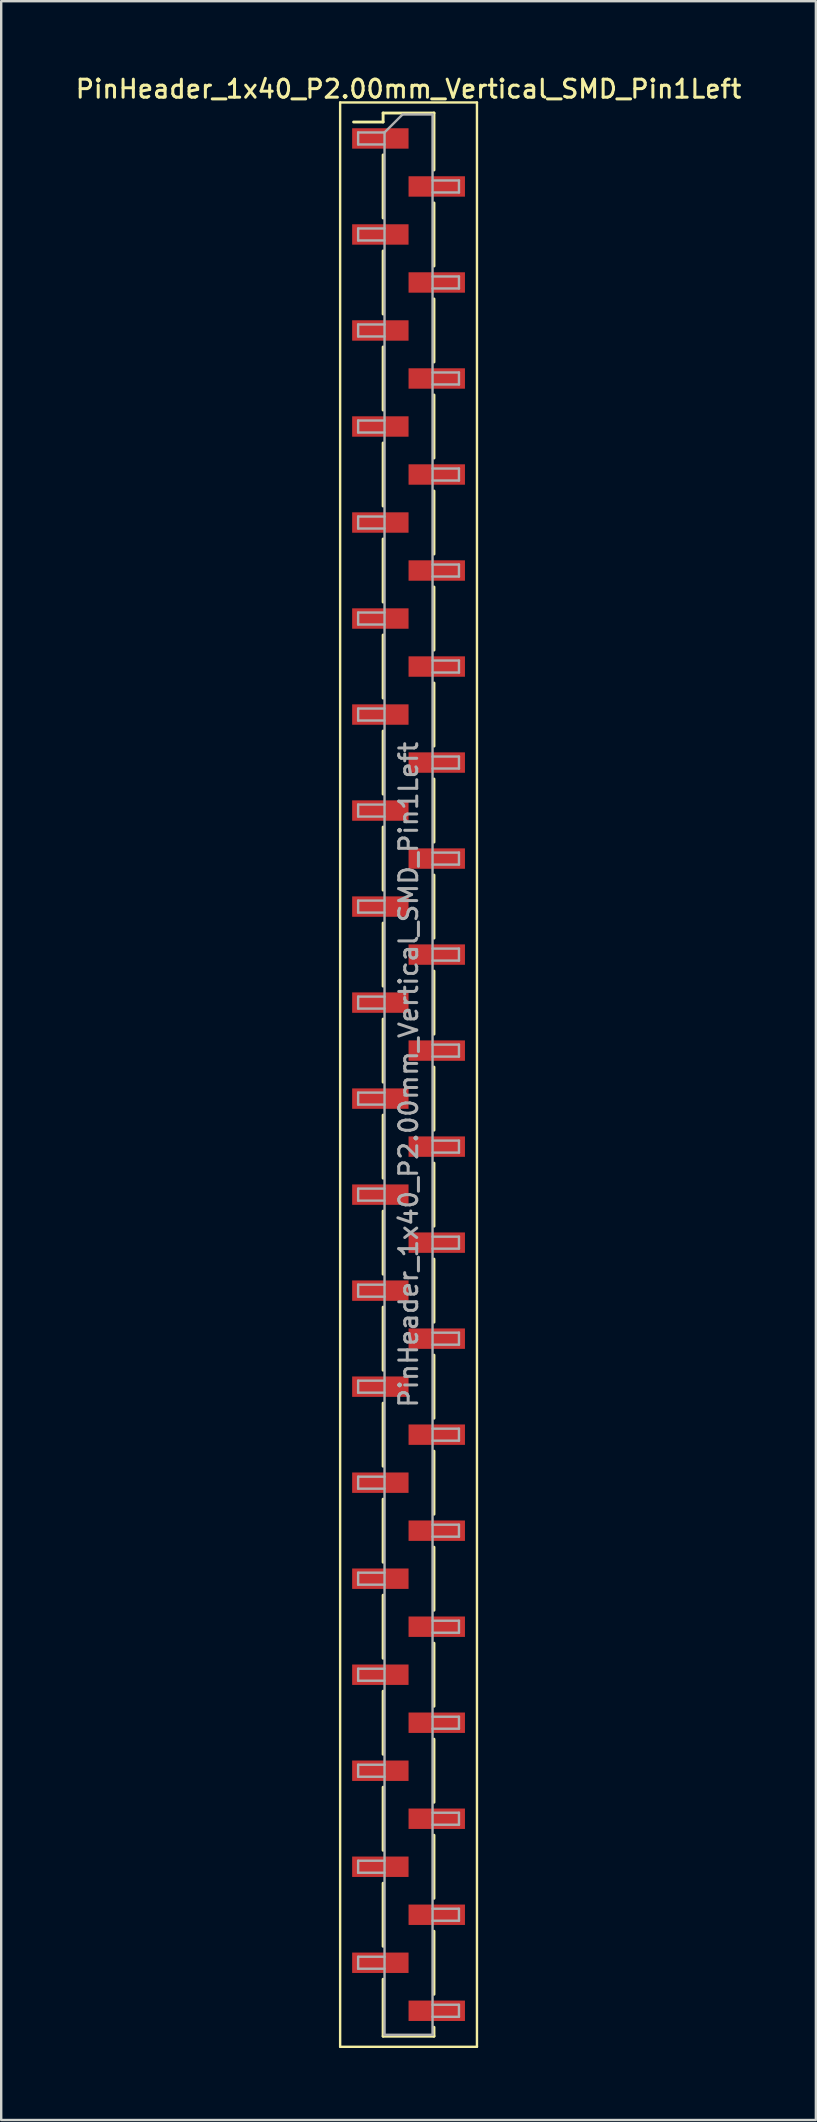
<source format=kicad_pcb>
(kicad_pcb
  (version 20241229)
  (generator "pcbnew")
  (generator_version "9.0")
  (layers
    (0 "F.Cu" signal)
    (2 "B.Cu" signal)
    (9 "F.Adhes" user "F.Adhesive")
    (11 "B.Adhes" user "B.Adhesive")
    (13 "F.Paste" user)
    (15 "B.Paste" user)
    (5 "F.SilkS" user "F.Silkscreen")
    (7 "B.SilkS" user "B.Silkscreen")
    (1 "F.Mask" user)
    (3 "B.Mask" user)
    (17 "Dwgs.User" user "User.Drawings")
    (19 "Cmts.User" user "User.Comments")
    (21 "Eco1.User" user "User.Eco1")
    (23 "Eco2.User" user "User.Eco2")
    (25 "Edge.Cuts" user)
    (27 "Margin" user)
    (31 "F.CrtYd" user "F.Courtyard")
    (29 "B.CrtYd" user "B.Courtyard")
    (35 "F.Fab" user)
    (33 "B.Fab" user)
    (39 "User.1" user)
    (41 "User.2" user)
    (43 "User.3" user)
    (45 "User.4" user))
  (footprint "PinHeader_1x40_P2.00mm_Vertical_SMD_Pin1Left"
    (layer "F.Cu")
    (at 13.97 41.718)
    (property "Reference" "PinHeader_1x40_P2.00mm_Vertical_SMD_Pin1Left" (at 0 -41.06 0) (layer "F.SilkS") (effects (font (size 0.75 0.75) (thickness 0.125))))
    (attr smd)
    (fp_line (start -2.85 -40.5) (end -2.85 40.5) (stroke (width 0.1) (type solid)) (layer "F.SilkS"))
    (fp_line (start -2.85 40.5) (end 2.85 40.5) (stroke (width 0.1) (type solid)) (layer "F.SilkS"))
    (fp_line (start -1.06 -40.06) (end -1.06 -39.685) (stroke (width 0.12) (type solid)) (layer "F.SilkS"))
    (fp_line (start -1.06 -40.06) (end 1.06 -40.06) (stroke (width 0.12) (type solid)) (layer "F.SilkS"))
    (fp_line (start -1.06 -39.685) (end -2.29 -39.685) (stroke (width 0.12) (type solid)) (layer "F.SilkS"))
    (fp_line (start -1.06 -38.315) (end -1.06 -35.685) (stroke (width 0.12) (type solid)) (layer "F.SilkS"))
    (fp_line (start -1.06 -34.315) (end -1.06 -31.685) (stroke (width 0.12) (type solid)) (layer "F.SilkS"))
    (fp_line (start -1.06 -30.315) (end -1.06 -27.685) (stroke (width 0.12) (type solid)) (layer "F.SilkS"))
    (fp_line (start -1.06 -26.315) (end -1.06 -23.685) (stroke (width 0.12) (type solid)) (layer "F.SilkS"))
    (fp_line (start -1.06 -22.315) (end -1.06 -19.685) (stroke (width 0.12) (type solid)) (layer "F.SilkS"))
    (fp_line (start -1.06 -18.315) (end -1.06 -15.685) (stroke (width 0.12) (type solid)) (layer "F.SilkS"))
    (fp_line (start -1.06 -14.315) (end -1.06 -11.685) (stroke (width 0.12) (type solid)) (layer "F.SilkS"))
    (fp_line (start -1.06 -10.315) (end -1.06 -7.685) (stroke (width 0.12) (type solid)) (layer "F.SilkS"))
    (fp_line (start -1.06 -6.315) (end -1.06 -3.685) (stroke (width 0.12) (type solid)) (layer "F.SilkS"))
    (fp_line (start -1.06 -2.315) (end -1.06 0.315) (stroke (width 0.12) (type solid)) (layer "F.SilkS"))
    (fp_line (start -1.06 1.685) (end -1.06 4.315) (stroke (width 0.12) (type solid)) (layer "F.SilkS"))
    (fp_line (start -1.06 5.685) (end -1.06 8.315) (stroke (width 0.12) (type solid)) (layer "F.SilkS"))
    (fp_line (start -1.06 9.685) (end -1.06 12.315) (stroke (width 0.12) (type solid)) (layer "F.SilkS"))
    (fp_line (start -1.06 13.685) (end -1.06 16.315) (stroke (width 0.12) (type solid)) (layer "F.SilkS"))
    (fp_line (start -1.06 17.685) (end -1.06 20.315) (stroke (width 0.12) (type solid)) (layer "F.SilkS"))
    (fp_line (start -1.06 21.685) (end -1.06 24.315) (stroke (width 0.12) (type solid)) (layer "F.SilkS"))
    (fp_line (start -1.06 25.685) (end -1.06 28.315) (stroke (width 0.12) (type solid)) (layer "F.SilkS"))
    (fp_line (start -1.06 29.685) (end -1.06 32.315) (stroke (width 0.12) (type solid)) (layer "F.SilkS"))
    (fp_line (start -1.06 33.685) (end -1.06 36.315) (stroke (width 0.12) (type solid)) (layer "F.SilkS"))
    (fp_line (start -1.06 37.685) (end -1.06 40.06) (stroke (width 0.12) (type solid)) (layer "F.SilkS"))
    (fp_line (start -1.06 40.06) (end 1.06 40.06) (stroke (width 0.12) (type solid)) (layer "F.SilkS"))
    (fp_line (start 1.06 -40.06) (end 1.06 -37.685) (stroke (width 0.12) (type solid)) (layer "F.SilkS"))
    (fp_line (start 1.06 -36.315) (end 1.06 -33.685) (stroke (width 0.12) (type solid)) (layer "F.SilkS"))
    (fp_line (start 1.06 -32.315) (end 1.06 -29.685) (stroke (width 0.12) (type solid)) (layer "F.SilkS"))
    (fp_line (start 1.06 -28.315) (end 1.06 -25.685) (stroke (width 0.12) (type solid)) (layer "F.SilkS"))
    (fp_line (start 1.06 -24.315) (end 1.06 -21.685) (stroke (width 0.12) (type solid)) (layer "F.SilkS"))
    (fp_line (start 1.06 -20.315) (end 1.06 -17.685) (stroke (width 0.12) (type solid)) (layer "F.SilkS"))
    (fp_line (start 1.06 -16.315) (end 1.06 -13.685) (stroke (width 0.12) (type solid)) (layer "F.SilkS"))
    (fp_line (start 1.06 -12.315) (end 1.06 -9.685) (stroke (width 0.12) (type solid)) (layer "F.SilkS"))
    (fp_line (start 1.06 -8.315) (end 1.06 -5.685) (stroke (width 0.12) (type solid)) (layer "F.SilkS"))
    (fp_line (start 1.06 -4.315) (end 1.06 -1.685) (stroke (width 0.12) (type solid)) (layer "F.SilkS"))
    (fp_line (start 1.06 -0.315) (end 1.06 2.315) (stroke (width 0.12) (type solid)) (layer "F.SilkS"))
    (fp_line (start 1.06 3.685) (end 1.06 6.315) (stroke (width 0.12) (type solid)) (layer "F.SilkS"))
    (fp_line (start 1.06 7.685) (end 1.06 10.315) (stroke (width 0.12) (type solid)) (layer "F.SilkS"))
    (fp_line (start 1.06 11.685) (end 1.06 14.315) (stroke (width 0.12) (type solid)) (layer "F.SilkS"))
    (fp_line (start 1.06 15.685) (end 1.06 18.315) (stroke (width 0.12) (type solid)) (layer "F.SilkS"))
    (fp_line (start 1.06 19.685) (end 1.06 22.315) (stroke (width 0.12) (type solid)) (layer "F.SilkS"))
    (fp_line (start 1.06 23.685) (end 1.06 26.315) (stroke (width 0.12) (type solid)) (layer "F.SilkS"))
    (fp_line (start 1.06 27.685) (end 1.06 30.315) (stroke (width 0.12) (type solid)) (layer "F.SilkS"))
    (fp_line (start 1.06 31.685) (end 1.06 34.315) (stroke (width 0.12) (type solid)) (layer "F.SilkS"))
    (fp_line (start 1.06 35.685) (end 1.06 38.315) (stroke (width 0.12) (type solid)) (layer "F.SilkS"))
    (fp_line (start 1.06 39.685) (end 1.06 40.06) (stroke (width 0.12) (type solid)) (layer "F.SilkS"))
    (fp_line (start 2.85 -40.5) (end -2.85 -40.5) (stroke (width 0.1) (type solid)) (layer "F.SilkS"))
    (fp_line (start 2.85 40.5) (end 2.85 -40.5) (stroke (width 0.1) (type solid)) (layer "F.SilkS"))
    (fp_line (start -2.1 -39.25) (end -2.1 -38.75) (stroke (width 0.1) (type solid)) (layer "F.Fab"))
    (fp_line (start -2.1 -38.75) (end -1 -38.75) (stroke (width 0.1) (type solid)) (layer "F.Fab"))
    (fp_line (start -2.1 -35.25) (end -2.1 -34.75) (stroke (width 0.1) (type solid)) (layer "F.Fab"))
    (fp_line (start -2.1 -34.75) (end -1 -34.75) (stroke (width 0.1) (type solid)) (layer "F.Fab"))
    (fp_line (start -2.1 -31.25) (end -2.1 -30.75) (stroke (width 0.1) (type solid)) (layer "F.Fab"))
    (fp_line (start -2.1 -30.75) (end -1 -30.75) (stroke (width 0.1) (type solid)) (layer "F.Fab"))
    (fp_line (start -2.1 -27.25) (end -2.1 -26.75) (stroke (width 0.1) (type solid)) (layer "F.Fab"))
    (fp_line (start -2.1 -26.75) (end -1 -26.75) (stroke (width 0.1) (type solid)) (layer "F.Fab"))
    (fp_line (start -2.1 -23.25) (end -2.1 -22.75) (stroke (width 0.1) (type solid)) (layer "F.Fab"))
    (fp_line (start -2.1 -22.75) (end -1 -22.75) (stroke (width 0.1) (type solid)) (layer "F.Fab"))
    (fp_line (start -2.1 -19.25) (end -2.1 -18.75) (stroke (width 0.1) (type solid)) (layer "F.Fab"))
    (fp_line (start -2.1 -18.75) (end -1 -18.75) (stroke (width 0.1) (type solid)) (layer "F.Fab"))
    (fp_line (start -2.1 -15.25) (end -2.1 -14.75) (stroke (width 0.1) (type solid)) (layer "F.Fab"))
    (fp_line (start -2.1 -14.75) (end -1 -14.75) (stroke (width 0.1) (type solid)) (layer "F.Fab"))
    (fp_line (start -2.1 -11.25) (end -2.1 -10.75) (stroke (width 0.1) (type solid)) (layer "F.Fab"))
    (fp_line (start -2.1 -10.75) (end -1 -10.75) (stroke (width 0.1) (type solid)) (layer "F.Fab"))
    (fp_line (start -2.1 -7.25) (end -2.1 -6.75) (stroke (width 0.1) (type solid)) (layer "F.Fab"))
    (fp_line (start -2.1 -6.75) (end -1 -6.75) (stroke (width 0.1) (type solid)) (layer "F.Fab"))
    (fp_line (start -2.1 -3.25) (end -2.1 -2.75) (stroke (width 0.1) (type solid)) (layer "F.Fab"))
    (fp_line (start -2.1 -2.75) (end -1 -2.75) (stroke (width 0.1) (type solid)) (layer "F.Fab"))
    (fp_line (start -2.1 0.75) (end -2.1 1.25) (stroke (width 0.1) (type solid)) (layer "F.Fab"))
    (fp_line (start -2.1 1.25) (end -1 1.25) (stroke (width 0.1) (type solid)) (layer "F.Fab"))
    (fp_line (start -2.1 4.75) (end -2.1 5.25) (stroke (width 0.1) (type solid)) (layer "F.Fab"))
    (fp_line (start -2.1 5.25) (end -1 5.25) (stroke (width 0.1) (type solid)) (layer "F.Fab"))
    (fp_line (start -2.1 8.75) (end -2.1 9.25) (stroke (width 0.1) (type solid)) (layer "F.Fab"))
    (fp_line (start -2.1 9.25) (end -1 9.25) (stroke (width 0.1) (type solid)) (layer "F.Fab"))
    (fp_line (start -2.1 12.75) (end -2.1 13.25) (stroke (width 0.1) (type solid)) (layer "F.Fab"))
    (fp_line (start -2.1 13.25) (end -1 13.25) (stroke (width 0.1) (type solid)) (layer "F.Fab"))
    (fp_line (start -2.1 16.75) (end -2.1 17.25) (stroke (width 0.1) (type solid)) (layer "F.Fab"))
    (fp_line (start -2.1 17.25) (end -1 17.25) (stroke (width 0.1) (type solid)) (layer "F.Fab"))
    (fp_line (start -2.1 20.75) (end -2.1 21.25) (stroke (width 0.1) (type solid)) (layer "F.Fab"))
    (fp_line (start -2.1 21.25) (end -1 21.25) (stroke (width 0.1) (type solid)) (layer "F.Fab"))
    (fp_line (start -2.1 24.75) (end -2.1 25.25) (stroke (width 0.1) (type solid)) (layer "F.Fab"))
    (fp_line (start -2.1 25.25) (end -1 25.25) (stroke (width 0.1) (type solid)) (layer "F.Fab"))
    (fp_line (start -2.1 28.75) (end -2.1 29.25) (stroke (width 0.1) (type solid)) (layer "F.Fab"))
    (fp_line (start -2.1 29.25) (end -1 29.25) (stroke (width 0.1) (type solid)) (layer "F.Fab"))
    (fp_line (start -2.1 32.75) (end -2.1 33.25) (stroke (width 0.1) (type solid)) (layer "F.Fab"))
    (fp_line (start -2.1 33.25) (end -1 33.25) (stroke (width 0.1) (type solid)) (layer "F.Fab"))
    (fp_line (start -2.1 36.75) (end -2.1 37.25) (stroke (width 0.1) (type solid)) (layer "F.Fab"))
    (fp_line (start -2.1 37.25) (end -1 37.25) (stroke (width 0.1) (type solid)) (layer "F.Fab"))
    (fp_line (start -1 -39.25) (end -2.1 -39.25) (stroke (width 0.1) (type solid)) (layer "F.Fab"))
    (fp_line (start -1 -39.25) (end -0.25 -40) (stroke (width 0.1) (type solid)) (layer "F.Fab"))
    (fp_line (start -1 -35.25) (end -2.1 -35.25) (stroke (width 0.1) (type solid)) (layer "F.Fab"))
    (fp_line (start -1 -31.25) (end -2.1 -31.25) (stroke (width 0.1) (type solid)) (layer "F.Fab"))
    (fp_line (start -1 -27.25) (end -2.1 -27.25) (stroke (width 0.1) (type solid)) (layer "F.Fab"))
    (fp_line (start -1 -23.25) (end -2.1 -23.25) (stroke (width 0.1) (type solid)) (layer "F.Fab"))
    (fp_line (start -1 -19.25) (end -2.1 -19.25) (stroke (width 0.1) (type solid)) (layer "F.Fab"))
    (fp_line (start -1 -15.25) (end -2.1 -15.25) (stroke (width 0.1) (type solid)) (layer "F.Fab"))
    (fp_line (start -1 -11.25) (end -2.1 -11.25) (stroke (width 0.1) (type solid)) (layer "F.Fab"))
    (fp_line (start -1 -7.25) (end -2.1 -7.25) (stroke (width 0.1) (type solid)) (layer "F.Fab"))
    (fp_line (start -1 -3.25) (end -2.1 -3.25) (stroke (width 0.1) (type solid)) (layer "F.Fab"))
    (fp_line (start -1 0.75) (end -2.1 0.75) (stroke (width 0.1) (type solid)) (layer "F.Fab"))
    (fp_line (start -1 4.75) (end -2.1 4.75) (stroke (width 0.1) (type solid)) (layer "F.Fab"))
    (fp_line (start -1 8.75) (end -2.1 8.75) (stroke (width 0.1) (type solid)) (layer "F.Fab"))
    (fp_line (start -1 12.75) (end -2.1 12.75) (stroke (width 0.1) (type solid)) (layer "F.Fab"))
    (fp_line (start -1 16.75) (end -2.1 16.75) (stroke (width 0.1) (type solid)) (layer "F.Fab"))
    (fp_line (start -1 20.75) (end -2.1 20.75) (stroke (width 0.1) (type solid)) (layer "F.Fab"))
    (fp_line (start -1 24.75) (end -2.1 24.75) (stroke (width 0.1) (type solid)) (layer "F.Fab"))
    (fp_line (start -1 28.75) (end -2.1 28.75) (stroke (width 0.1) (type solid)) (layer "F.Fab"))
    (fp_line (start -1 32.75) (end -2.1 32.75) (stroke (width 0.1) (type solid)) (layer "F.Fab"))
    (fp_line (start -1 36.75) (end -2.1 36.75) (stroke (width 0.1) (type solid)) (layer "F.Fab"))
    (fp_line (start -1 40) (end -1 -39.25) (stroke (width 0.1) (type solid)) (layer "F.Fab"))
    (fp_line (start -0.25 -40) (end 1 -40) (stroke (width 0.1) (type solid)) (layer "F.Fab"))
    (fp_line (start 1 -40) (end 1 40) (stroke (width 0.1) (type solid)) (layer "F.Fab"))
    (fp_line (start 1 -37.25) (end 2.1 -37.25) (stroke (width 0.1) (type solid)) (layer "F.Fab"))
    (fp_line (start 1 -33.25) (end 2.1 -33.25) (stroke (width 0.1) (type solid)) (layer "F.Fab"))
    (fp_line (start 1 -29.25) (end 2.1 -29.25) (stroke (width 0.1) (type solid)) (layer "F.Fab"))
    (fp_line (start 1 -25.25) (end 2.1 -25.25) (stroke (width 0.1) (type solid)) (layer "F.Fab"))
    (fp_line (start 1 -21.25) (end 2.1 -21.25) (stroke (width 0.1) (type solid)) (layer "F.Fab"))
    (fp_line (start 1 -17.25) (end 2.1 -17.25) (stroke (width 0.1) (type solid)) (layer "F.Fab"))
    (fp_line (start 1 -13.25) (end 2.1 -13.25) (stroke (width 0.1) (type solid)) (layer "F.Fab"))
    (fp_line (start 1 -9.25) (end 2.1 -9.25) (stroke (width 0.1) (type solid)) (layer "F.Fab"))
    (fp_line (start 1 -5.25) (end 2.1 -5.25) (stroke (width 0.1) (type solid)) (layer "F.Fab"))
    (fp_line (start 1 -1.25) (end 2.1 -1.25) (stroke (width 0.1) (type solid)) (layer "F.Fab"))
    (fp_line (start 1 2.75) (end 2.1 2.75) (stroke (width 0.1) (type solid)) (layer "F.Fab"))
    (fp_line (start 1 6.75) (end 2.1 6.75) (stroke (width 0.1) (type solid)) (layer "F.Fab"))
    (fp_line (start 1 10.75) (end 2.1 10.75) (stroke (width 0.1) (type solid)) (layer "F.Fab"))
    (fp_line (start 1 14.75) (end 2.1 14.75) (stroke (width 0.1) (type solid)) (layer "F.Fab"))
    (fp_line (start 1 18.75) (end 2.1 18.75) (stroke (width 0.1) (type solid)) (layer "F.Fab"))
    (fp_line (start 1 22.75) (end 2.1 22.75) (stroke (width 0.1) (type solid)) (layer "F.Fab"))
    (fp_line (start 1 26.75) (end 2.1 26.75) (stroke (width 0.1) (type solid)) (layer "F.Fab"))
    (fp_line (start 1 30.75) (end 2.1 30.75) (stroke (width 0.1) (type solid)) (layer "F.Fab"))
    (fp_line (start 1 34.75) (end 2.1 34.75) (stroke (width 0.1) (type solid)) (layer "F.Fab"))
    (fp_line (start 1 38.75) (end 2.1 38.75) (stroke (width 0.1) (type solid)) (layer "F.Fab"))
    (fp_line (start 1 40) (end -1 40) (stroke (width 0.1) (type solid)) (layer "F.Fab"))
    (fp_line (start 2.1 -37.25) (end 2.1 -36.75) (stroke (width 0.1) (type solid)) (layer "F.Fab"))
    (fp_line (start 2.1 -36.75) (end 1 -36.75) (stroke (width 0.1) (type solid)) (layer "F.Fab"))
    (fp_line (start 2.1 -33.25) (end 2.1 -32.75) (stroke (width 0.1) (type solid)) (layer "F.Fab"))
    (fp_line (start 2.1 -32.75) (end 1 -32.75) (stroke (width 0.1) (type solid)) (layer "F.Fab"))
    (fp_line (start 2.1 -29.25) (end 2.1 -28.75) (stroke (width 0.1) (type solid)) (layer "F.Fab"))
    (fp_line (start 2.1 -28.75) (end 1 -28.75) (stroke (width 0.1) (type solid)) (layer "F.Fab"))
    (fp_line (start 2.1 -25.25) (end 2.1 -24.75) (stroke (width 0.1) (type solid)) (layer "F.Fab"))
    (fp_line (start 2.1 -24.75) (end 1 -24.75) (stroke (width 0.1) (type solid)) (layer "F.Fab"))
    (fp_line (start 2.1 -21.25) (end 2.1 -20.75) (stroke (width 0.1) (type solid)) (layer "F.Fab"))
    (fp_line (start 2.1 -20.75) (end 1 -20.75) (stroke (width 0.1) (type solid)) (layer "F.Fab"))
    (fp_line (start 2.1 -17.25) (end 2.1 -16.75) (stroke (width 0.1) (type solid)) (layer "F.Fab"))
    (fp_line (start 2.1 -16.75) (end 1 -16.75) (stroke (width 0.1) (type solid)) (layer "F.Fab"))
    (fp_line (start 2.1 -13.25) (end 2.1 -12.75) (stroke (width 0.1) (type solid)) (layer "F.Fab"))
    (fp_line (start 2.1 -12.75) (end 1 -12.75) (stroke (width 0.1) (type solid)) (layer "F.Fab"))
    (fp_line (start 2.1 -9.25) (end 2.1 -8.75) (stroke (width 0.1) (type solid)) (layer "F.Fab"))
    (fp_line (start 2.1 -8.75) (end 1 -8.75) (stroke (width 0.1) (type solid)) (layer "F.Fab"))
    (fp_line (start 2.1 -5.25) (end 2.1 -4.75) (stroke (width 0.1) (type solid)) (layer "F.Fab"))
    (fp_line (start 2.1 -4.75) (end 1 -4.75) (stroke (width 0.1) (type solid)) (layer "F.Fab"))
    (fp_line (start 2.1 -1.25) (end 2.1 -0.75) (stroke (width 0.1) (type solid)) (layer "F.Fab"))
    (fp_line (start 2.1 -0.75) (end 1 -0.75) (stroke (width 0.1) (type solid)) (layer "F.Fab"))
    (fp_line (start 2.1 2.75) (end 2.1 3.25) (stroke (width 0.1) (type solid)) (layer "F.Fab"))
    (fp_line (start 2.1 3.25) (end 1 3.25) (stroke (width 0.1) (type solid)) (layer "F.Fab"))
    (fp_line (start 2.1 6.75) (end 2.1 7.25) (stroke (width 0.1) (type solid)) (layer "F.Fab"))
    (fp_line (start 2.1 7.25) (end 1 7.25) (stroke (width 0.1) (type solid)) (layer "F.Fab"))
    (fp_line (start 2.1 10.75) (end 2.1 11.25) (stroke (width 0.1) (type solid)) (layer "F.Fab"))
    (fp_line (start 2.1 11.25) (end 1 11.25) (stroke (width 0.1) (type solid)) (layer "F.Fab"))
    (fp_line (start 2.1 14.75) (end 2.1 15.25) (stroke (width 0.1) (type solid)) (layer "F.Fab"))
    (fp_line (start 2.1 15.25) (end 1 15.25) (stroke (width 0.1) (type solid)) (layer "F.Fab"))
    (fp_line (start 2.1 18.75) (end 2.1 19.25) (stroke (width 0.1) (type solid)) (layer "F.Fab"))
    (fp_line (start 2.1 19.25) (end 1 19.25) (stroke (width 0.1) (type solid)) (layer "F.Fab"))
    (fp_line (start 2.1 22.75) (end 2.1 23.25) (stroke (width 0.1) (type solid)) (layer "F.Fab"))
    (fp_line (start 2.1 23.25) (end 1 23.25) (stroke (width 0.1) (type solid)) (layer "F.Fab"))
    (fp_line (start 2.1 26.75) (end 2.1 27.25) (stroke (width 0.1) (type solid)) (layer "F.Fab"))
    (fp_line (start 2.1 27.25) (end 1 27.25) (stroke (width 0.1) (type solid)) (layer "F.Fab"))
    (fp_line (start 2.1 30.75) (end 2.1 31.25) (stroke (width 0.1) (type solid)) (layer "F.Fab"))
    (fp_line (start 2.1 31.25) (end 1 31.25) (stroke (width 0.1) (type solid)) (layer "F.Fab"))
    (fp_line (start 2.1 34.75) (end 2.1 35.25) (stroke (width 0.1) (type solid)) (layer "F.Fab"))
    (fp_line (start 2.1 35.25) (end 1 35.25) (stroke (width 0.1) (type solid)) (layer "F.Fab"))
    (fp_line (start 2.1 38.75) (end 2.1 39.25) (stroke (width 0.1) (type solid)) (layer "F.Fab"))
    (fp_line (start 2.1 39.25) (end 1 39.25) (stroke (width 0.1) (type solid)) (layer "F.Fab"))
    (fp_text user "${REFERENCE}" (at 0 0 90) (layer "F.Fab") (effects (font (size 0.75 0.75) (thickness 0.125))))
    (pad "1" smd rect (at -1.175 -39) (size 2.35 0.85) (layers "F.Cu" "F.Mask" "F.Paste"))
    (pad "2" smd rect (at 1.175 -37) (size 2.35 0.85) (layers "F.Cu" "F.Mask" "F.Paste"))
    (pad "3" smd rect (at -1.175 -35) (size 2.35 0.85) (layers "F.Cu" "F.Mask" "F.Paste"))
    (pad "4" smd rect (at 1.175 -33) (size 2.35 0.85) (layers "F.Cu" "F.Mask" "F.Paste"))
    (pad "5" smd rect (at -1.175 -31) (size 2.35 0.85) (layers "F.Cu" "F.Mask" "F.Paste"))
    (pad "6" smd rect (at 1.175 -29) (size 2.35 0.85) (layers "F.Cu" "F.Mask" "F.Paste"))
    (pad "7" smd rect (at -1.175 -27) (size 2.35 0.85) (layers "F.Cu" "F.Mask" "F.Paste"))
    (pad "8" smd rect (at 1.175 -25) (size 2.35 0.85) (layers "F.Cu" "F.Mask" "F.Paste"))
    (pad "9" smd rect (at -1.175 -23) (size 2.35 0.85) (layers "F.Cu" "F.Mask" "F.Paste"))
    (pad "10" smd rect (at 1.175 -21) (size 2.35 0.85) (layers "F.Cu" "F.Mask" "F.Paste"))
    (pad "11" smd rect (at -1.175 -19) (size 2.35 0.85) (layers "F.Cu" "F.Mask" "F.Paste"))
    (pad "12" smd rect (at 1.175 -17) (size 2.35 0.85) (layers "F.Cu" "F.Mask" "F.Paste"))
    (pad "13" smd rect (at -1.175 -15) (size 2.35 0.85) (layers "F.Cu" "F.Mask" "F.Paste"))
    (pad "14" smd rect (at 1.175 -13) (size 2.35 0.85) (layers "F.Cu" "F.Mask" "F.Paste"))
    (pad "15" smd rect (at -1.175 -11) (size 2.35 0.85) (layers "F.Cu" "F.Mask" "F.Paste"))
    (pad "16" smd rect (at 1.175 -9) (size 2.35 0.85) (layers "F.Cu" "F.Mask" "F.Paste"))
    (pad "17" smd rect (at -1.175 -7) (size 2.35 0.85) (layers "F.Cu" "F.Mask" "F.Paste"))
    (pad "18" smd rect (at 1.175 -5) (size 2.35 0.85) (layers "F.Cu" "F.Mask" "F.Paste"))
    (pad "19" smd rect (at -1.175 -3) (size 2.35 0.85) (layers "F.Cu" "F.Mask" "F.Paste"))
    (pad "20" smd rect (at 1.175 -1) (size 2.35 0.85) (layers "F.Cu" "F.Mask" "F.Paste"))
    (pad "21" smd rect (at -1.175 1) (size 2.35 0.85) (layers "F.Cu" "F.Mask" "F.Paste"))
    (pad "22" smd rect (at 1.175 3) (size 2.35 0.85) (layers "F.Cu" "F.Mask" "F.Paste"))
    (pad "23" smd rect (at -1.175 5) (size 2.35 0.85) (layers "F.Cu" "F.Mask" "F.Paste"))
    (pad "24" smd rect (at 1.175 7) (size 2.35 0.85) (layers "F.Cu" "F.Mask" "F.Paste"))
    (pad "25" smd rect (at -1.175 9) (size 2.35 0.85) (layers "F.Cu" "F.Mask" "F.Paste"))
    (pad "26" smd rect (at 1.175 11) (size 2.35 0.85) (layers "F.Cu" "F.Mask" "F.Paste"))
    (pad "27" smd rect (at -1.175 13) (size 2.35 0.85) (layers "F.Cu" "F.Mask" "F.Paste"))
    (pad "28" smd rect (at 1.175 15) (size 2.35 0.85) (layers "F.Cu" "F.Mask" "F.Paste"))
    (pad "29" smd rect (at -1.175 17) (size 2.35 0.85) (layers "F.Cu" "F.Mask" "F.Paste"))
    (pad "30" smd rect (at 1.175 19) (size 2.35 0.85) (layers "F.Cu" "F.Mask" "F.Paste"))
    (pad "31" smd rect (at -1.175 21) (size 2.35 0.85) (layers "F.Cu" "F.Mask" "F.Paste"))
    (pad "32" smd rect (at 1.175 23) (size 2.35 0.85) (layers "F.Cu" "F.Mask" "F.Paste"))
    (pad "33" smd rect (at -1.175 25) (size 2.35 0.85) (layers "F.Cu" "F.Mask" "F.Paste"))
    (pad "34" smd rect (at 1.175 27) (size 2.35 0.85) (layers "F.Cu" "F.Mask" "F.Paste"))
    (pad "35" smd rect (at -1.175 29) (size 2.35 0.85) (layers "F.Cu" "F.Mask" "F.Paste"))
    (pad "36" smd rect (at 1.175 31) (size 2.35 0.85) (layers "F.Cu" "F.Mask" "F.Paste"))
    (pad "37" smd rect (at -1.175 33) (size 2.35 0.85) (layers "F.Cu" "F.Mask" "F.Paste"))
    (pad "38" smd rect (at 1.175 35) (size 2.35 0.85) (layers "F.Cu" "F.Mask" "F.Paste"))
    (pad "39" smd rect (at -1.175 37) (size 2.35 0.85) (layers "F.Cu" "F.Mask" "F.Paste"))
    (pad "40" smd rect (at 1.175 39) (size 2.35 0.85) (layers "F.Cu" "F.Mask" "F.Paste")))
  (gr_rect
    (start -3 -3)
    (end 30.939 85.268)
    (stroke (width 0.1) (type default))
    (fill no)
    (layer "Edge.Cuts")))
</source>
